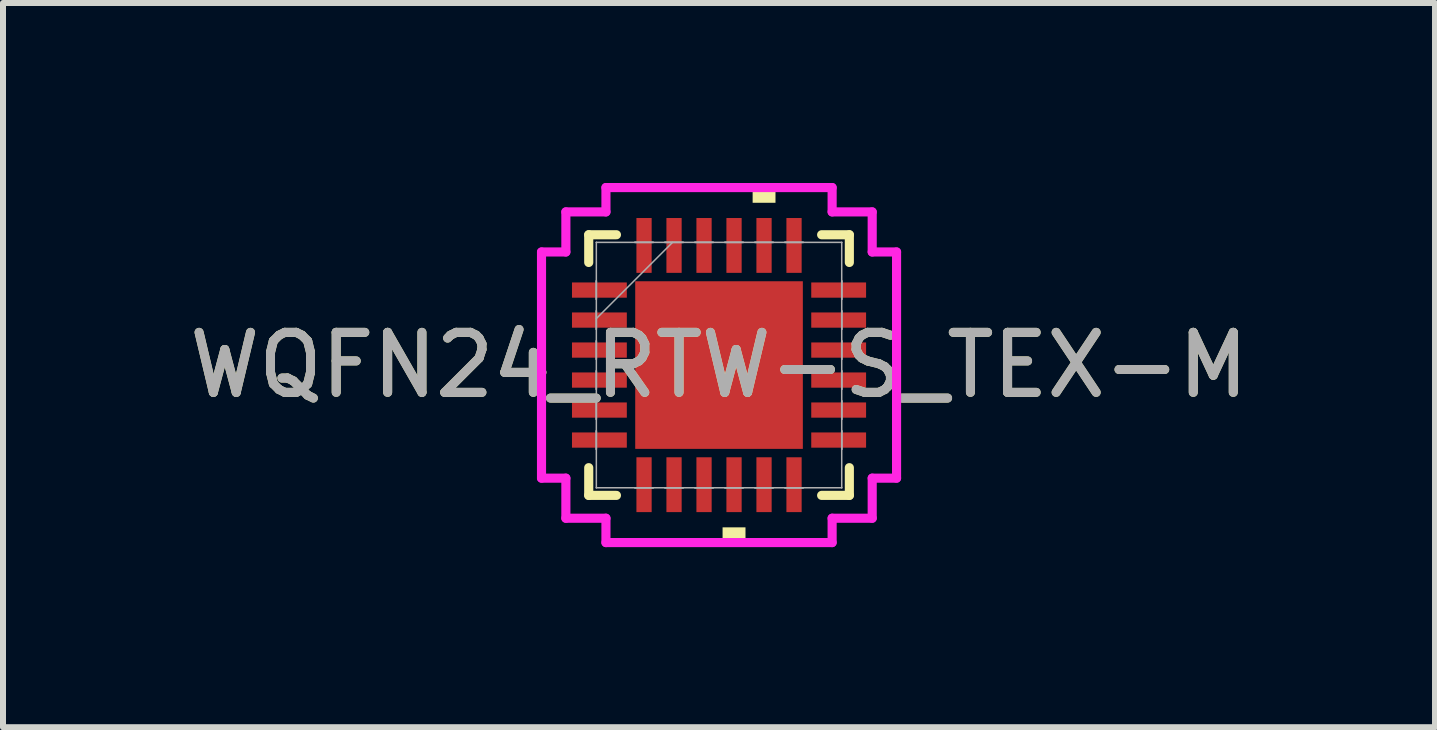
<source format=kicad_pcb>
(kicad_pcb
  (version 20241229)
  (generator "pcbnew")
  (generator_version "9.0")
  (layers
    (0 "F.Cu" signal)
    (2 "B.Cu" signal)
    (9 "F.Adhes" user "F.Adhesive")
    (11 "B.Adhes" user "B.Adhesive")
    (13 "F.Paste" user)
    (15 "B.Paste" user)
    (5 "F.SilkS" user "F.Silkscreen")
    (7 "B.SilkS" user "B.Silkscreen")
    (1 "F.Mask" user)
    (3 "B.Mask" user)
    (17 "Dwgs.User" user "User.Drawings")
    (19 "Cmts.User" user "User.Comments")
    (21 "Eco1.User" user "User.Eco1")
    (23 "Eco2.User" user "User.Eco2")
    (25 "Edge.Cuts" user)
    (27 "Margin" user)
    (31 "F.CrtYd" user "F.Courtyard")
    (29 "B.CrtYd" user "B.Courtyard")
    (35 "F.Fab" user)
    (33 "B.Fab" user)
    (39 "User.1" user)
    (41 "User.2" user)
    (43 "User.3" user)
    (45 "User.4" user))
  (footprint "WQFN24_RTW-S_TEX-M"
    (layer "F.Cu")
    (at 8.935 3.035)
    (property "Reference" "WQFN24_RTW-S_TEX-M" (at 0 0 0) (unlocked yes) (layer "F.SilkS") (effects (font (size 1 1) (thickness 0.15))))
    (attr smd)
    (fp_line (start -2.172 -2.172) (end -2.172 -1.71) (stroke (width 0.152) (type solid)) (layer "F.SilkS"))
    (fp_line (start -2.172 1.71) (end -2.172 2.172) (stroke (width 0.152) (type solid)) (layer "F.SilkS"))
    (fp_line (start -2.172 2.172) (end -1.71 2.172) (stroke (width 0.152) (type solid)) (layer "F.SilkS"))
    (fp_line (start -1.71 -2.172) (end -2.172 -2.172) (stroke (width 0.152) (type solid)) (layer "F.SilkS"))
    (fp_line (start 1.71 2.172) (end 2.172 2.172) (stroke (width 0.152) (type solid)) (layer "F.SilkS"))
    (fp_line (start 2.172 -2.172) (end 1.71 -2.172) (stroke (width 0.152) (type solid)) (layer "F.SilkS"))
    (fp_line (start 2.172 -1.71) (end 2.172 -2.172) (stroke (width 0.152) (type solid)) (layer "F.SilkS"))
    (fp_line (start 2.172 2.172) (end 2.172 1.71) (stroke (width 0.152) (type solid)) (layer "F.SilkS"))
    (fp_poly (pts (xy 0.059 2.705) (xy 0.059 2.959) (xy 0.441 2.959) (xy 0.441 2.705)) (stroke (width 0) (type solid)) (fill yes) (layer "F.SilkS"))
    (fp_poly (pts (xy 0.56 -2.705) (xy 0.56 -2.959) (xy 0.941 -2.959) (xy 0.941 -2.705)) (stroke (width 0) (type solid)) (fill yes) (layer "F.SilkS"))
    (fp_poly (pts (xy -1.297 -1.297) (xy -1.297 -0.1) (xy -0.1 -0.1) (xy -0.1 -1.297)) (stroke (width 0) (type solid)) (fill yes) (layer "F.Paste"))
    (fp_poly (pts (xy -1.297 0.1) (xy -1.297 1.297) (xy -0.1 1.297) (xy -0.1 0.1)) (stroke (width 0) (type solid)) (fill yes) (layer "F.Paste"))
    (fp_poly (pts (xy 0.1 -1.297) (xy 0.1 -0.1) (xy 1.297 -0.1) (xy 1.297 -1.297)) (stroke (width 0) (type solid)) (fill yes) (layer "F.Paste"))
    (fp_poly (pts (xy 0.1 0.1) (xy 0.1 1.297) (xy 1.297 1.297) (xy 1.297 0.1)) (stroke (width 0) (type solid)) (fill yes) (layer "F.Paste"))
    (fp_line (start -2.959 -1.885) (end -2.553 -1.885) (stroke (width 0.152) (type solid)) (layer "F.CrtYd"))
    (fp_line (start -2.959 1.885) (end -2.959 -1.885) (stroke (width 0.152) (type solid)) (layer "F.CrtYd"))
    (fp_line (start -2.553 -2.553) (end -1.885 -2.553) (stroke (width 0.152) (type solid)) (layer "F.CrtYd"))
    (fp_line (start -2.553 -1.885) (end -2.553 -2.553) (stroke (width 0.152) (type solid)) (layer "F.CrtYd"))
    (fp_line (start -2.553 1.885) (end -2.959 1.885) (stroke (width 0.152) (type solid)) (layer "F.CrtYd"))
    (fp_line (start -2.553 2.553) (end -2.553 1.885) (stroke (width 0.152) (type solid)) (layer "F.CrtYd"))
    (fp_line (start -1.885 -2.959) (end 1.885 -2.959) (stroke (width 0.152) (type solid)) (layer "F.CrtYd"))
    (fp_line (start -1.885 -2.553) (end -1.885 -2.959) (stroke (width 0.152) (type solid)) (layer "F.CrtYd"))
    (fp_line (start -1.885 2.553) (end -2.553 2.553) (stroke (width 0.152) (type solid)) (layer "F.CrtYd"))
    (fp_line (start -1.885 2.959) (end -1.885 2.553) (stroke (width 0.152) (type solid)) (layer "F.CrtYd"))
    (fp_line (start 1.885 -2.959) (end 1.885 -2.553) (stroke (width 0.152) (type solid)) (layer "F.CrtYd"))
    (fp_line (start 1.885 -2.553) (end 2.553 -2.553) (stroke (width 0.152) (type solid)) (layer "F.CrtYd"))
    (fp_line (start 1.885 2.553) (end 1.885 2.959) (stroke (width 0.152) (type solid)) (layer "F.CrtYd"))
    (fp_line (start 1.885 2.959) (end -1.885 2.959) (stroke (width 0.152) (type solid)) (layer "F.CrtYd"))
    (fp_line (start 2.553 -2.553) (end 2.553 -1.885) (stroke (width 0.152) (type solid)) (layer "F.CrtYd"))
    (fp_line (start 2.553 -1.885) (end 2.959 -1.885) (stroke (width 0.152) (type solid)) (layer "F.CrtYd"))
    (fp_line (start 2.553 1.885) (end 2.553 2.553) (stroke (width 0.152) (type solid)) (layer "F.CrtYd"))
    (fp_line (start 2.553 2.553) (end 1.885 2.553) (stroke (width 0.152) (type solid)) (layer "F.CrtYd"))
    (fp_line (start 2.959 -1.885) (end 2.959 1.885) (stroke (width 0.152) (type solid)) (layer "F.CrtYd"))
    (fp_line (start 2.959 1.885) (end 2.553 1.885) (stroke (width 0.152) (type solid)) (layer "F.CrtYd"))
    (fp_line (start -2.045 -2.045) (end -2.045 -2.045) (stroke (width 0.025) (type solid)) (layer "F.Fab"))
    (fp_line (start -2.045 -2.045) (end -2.045 2.045) (stroke (width 0.025) (type solid)) (layer "F.Fab"))
    (fp_line (start -2.045 -1.402) (end -2.045 -1.402) (stroke (width 0.025) (type solid)) (layer "F.Fab"))
    (fp_line (start -2.045 -1.402) (end -2.045 -1.098) (stroke (width 0.025) (type solid)) (layer "F.Fab"))
    (fp_line (start -2.045 -1.098) (end -2.045 -1.402) (stroke (width 0.025) (type solid)) (layer "F.Fab"))
    (fp_line (start -2.045 -1.098) (end -2.045 -1.098) (stroke (width 0.025) (type solid)) (layer "F.Fab"))
    (fp_line (start -2.045 -0.902) (end -2.045 -0.902) (stroke (width 0.025) (type solid)) (layer "F.Fab"))
    (fp_line (start -2.045 -0.902) (end -2.045 -0.598) (stroke (width 0.025) (type solid)) (layer "F.Fab"))
    (fp_line (start -2.045 -0.775) (end -0.775 -2.045) (stroke (width 0.025) (type solid)) (layer "F.Fab"))
    (fp_line (start -2.045 -0.598) (end -2.045 -0.902) (stroke (width 0.025) (type solid)) (layer "F.Fab"))
    (fp_line (start -2.045 -0.598) (end -2.045 -0.598) (stroke (width 0.025) (type solid)) (layer "F.Fab"))
    (fp_line (start -2.045 -0.402) (end -2.045 -0.402) (stroke (width 0.025) (type solid)) (layer "F.Fab"))
    (fp_line (start -2.045 -0.402) (end -2.045 -0.098) (stroke (width 0.025) (type solid)) (layer "F.Fab"))
    (fp_line (start -2.045 -0.098) (end -2.045 -0.402) (stroke (width 0.025) (type solid)) (layer "F.Fab"))
    (fp_line (start -2.045 -0.098) (end -2.045 -0.098) (stroke (width 0.025) (type solid)) (layer "F.Fab"))
    (fp_line (start -2.045 0.098) (end -2.045 0.098) (stroke (width 0.025) (type solid)) (layer "F.Fab"))
    (fp_line (start -2.045 0.098) (end -2.045 0.402) (stroke (width 0.025) (type solid)) (layer "F.Fab"))
    (fp_line (start -2.045 0.402) (end -2.045 0.098) (stroke (width 0.025) (type solid)) (layer "F.Fab"))
    (fp_line (start -2.045 0.402) (end -2.045 0.402) (stroke (width 0.025) (type solid)) (layer "F.Fab"))
    (fp_line (start -2.045 0.598) (end -2.045 0.598) (stroke (width 0.025) (type solid)) (layer "F.Fab"))
    (fp_line (start -2.045 0.598) (end -2.045 0.902) (stroke (width 0.025) (type solid)) (layer "F.Fab"))
    (fp_line (start -2.045 0.902) (end -2.045 0.598) (stroke (width 0.025) (type solid)) (layer "F.Fab"))
    (fp_line (start -2.045 0.902) (end -2.045 0.902) (stroke (width 0.025) (type solid)) (layer "F.Fab"))
    (fp_line (start -2.045 1.098) (end -2.045 1.098) (stroke (width 0.025) (type solid)) (layer "F.Fab"))
    (fp_line (start -2.045 1.098) (end -2.045 1.402) (stroke (width 0.025) (type solid)) (layer "F.Fab"))
    (fp_line (start -2.045 1.402) (end -2.045 1.098) (stroke (width 0.025) (type solid)) (layer "F.Fab"))
    (fp_line (start -2.045 1.402) (end -2.045 1.402) (stroke (width 0.025) (type solid)) (layer "F.Fab"))
    (fp_line (start -2.045 2.045) (end -2.045 2.045) (stroke (width 0.025) (type solid)) (layer "F.Fab"))
    (fp_line (start -2.045 2.045) (end 2.045 2.045) (stroke (width 0.025) (type solid)) (layer "F.Fab"))
    (fp_line (start -1.402 -2.045) (end -1.402 -2.045) (stroke (width 0.025) (type solid)) (layer "F.Fab"))
    (fp_line (start -1.402 -2.045) (end -1.098 -2.045) (stroke (width 0.025) (type solid)) (layer "F.Fab"))
    (fp_line (start -1.402 2.045) (end -1.402 2.045) (stroke (width 0.025) (type solid)) (layer "F.Fab"))
    (fp_line (start -1.402 2.045) (end -1.098 2.045) (stroke (width 0.025) (type solid)) (layer "F.Fab"))
    (fp_line (start -1.098 -2.045) (end -1.402 -2.045) (stroke (width 0.025) (type solid)) (layer "F.Fab"))
    (fp_line (start -1.098 -2.045) (end -1.098 -2.045) (stroke (width 0.025) (type solid)) (layer "F.Fab"))
    (fp_line (start -1.098 2.045) (end -1.402 2.045) (stroke (width 0.025) (type solid)) (layer "F.Fab"))
    (fp_line (start -1.098 2.045) (end -1.098 2.045) (stroke (width 0.025) (type solid)) (layer "F.Fab"))
    (fp_line (start -0.902 -2.045) (end -0.902 -2.045) (stroke (width 0.025) (type solid)) (layer "F.Fab"))
    (fp_line (start -0.902 -2.045) (end -0.598 -2.045) (stroke (width 0.025) (type solid)) (layer "F.Fab"))
    (fp_line (start -0.902 2.045) (end -0.902 2.045) (stroke (width 0.025) (type solid)) (layer "F.Fab"))
    (fp_line (start -0.902 2.045) (end -0.598 2.045) (stroke (width 0.025) (type solid)) (layer "F.Fab"))
    (fp_line (start -0.598 -2.045) (end -0.902 -2.045) (stroke (width 0.025) (type solid)) (layer "F.Fab"))
    (fp_line (start -0.598 -2.045) (end -0.598 -2.045) (stroke (width 0.025) (type solid)) (layer "F.Fab"))
    (fp_line (start -0.598 2.045) (end -0.902 2.045) (stroke (width 0.025) (type solid)) (layer "F.Fab"))
    (fp_line (start -0.598 2.045) (end -0.598 2.045) (stroke (width 0.025) (type solid)) (layer "F.Fab"))
    (fp_line (start -0.402 -2.045) (end -0.402 -2.045) (stroke (width 0.025) (type solid)) (layer "F.Fab"))
    (fp_line (start -0.402 -2.045) (end -0.098 -2.045) (stroke (width 0.025) (type solid)) (layer "F.Fab"))
    (fp_line (start -0.402 2.045) (end -0.402 2.045) (stroke (width 0.025) (type solid)) (layer "F.Fab"))
    (fp_line (start -0.402 2.045) (end -0.098 2.045) (stroke (width 0.025) (type solid)) (layer "F.Fab"))
    (fp_line (start -0.098 -2.045) (end -0.402 -2.045) (stroke (width 0.025) (type solid)) (layer "F.Fab"))
    (fp_line (start -0.098 -2.045) (end -0.098 -2.045) (stroke (width 0.025) (type solid)) (layer "F.Fab"))
    (fp_line (start -0.098 2.045) (end -0.402 2.045) (stroke (width 0.025) (type solid)) (layer "F.Fab"))
    (fp_line (start -0.098 2.045) (end -0.098 2.045) (stroke (width 0.025) (type solid)) (layer "F.Fab"))
    (fp_line (start 0.098 -2.045) (end 0.098 -2.045) (stroke (width 0.025) (type solid)) (layer "F.Fab"))
    (fp_line (start 0.098 -2.045) (end 0.402 -2.045) (stroke (width 0.025) (type solid)) (layer "F.Fab"))
    (fp_line (start 0.098 2.045) (end 0.098 2.045) (stroke (width 0.025) (type solid)) (layer "F.Fab"))
    (fp_line (start 0.098 2.045) (end 0.402 2.045) (stroke (width 0.025) (type solid)) (layer "F.Fab"))
    (fp_line (start 0.402 -2.045) (end 0.098 -2.045) (stroke (width 0.025) (type solid)) (layer "F.Fab"))
    (fp_line (start 0.402 -2.045) (end 0.402 -2.045) (stroke (width 0.025) (type solid)) (layer "F.Fab"))
    (fp_line (start 0.402 2.045) (end 0.098 2.045) (stroke (width 0.025) (type solid)) (layer "F.Fab"))
    (fp_line (start 0.402 2.045) (end 0.402 2.045) (stroke (width 0.025) (type solid)) (layer "F.Fab"))
    (fp_line (start 0.598 -2.045) (end 0.598 -2.045) (stroke (width 0.025) (type solid)) (layer "F.Fab"))
    (fp_line (start 0.598 -2.045) (end 0.902 -2.045) (stroke (width 0.025) (type solid)) (layer "F.Fab"))
    (fp_line (start 0.598 2.045) (end 0.598 2.045) (stroke (width 0.025) (type solid)) (layer "F.Fab"))
    (fp_line (start 0.598 2.045) (end 0.902 2.045) (stroke (width 0.025) (type solid)) (layer "F.Fab"))
    (fp_line (start 0.902 -2.045) (end 0.598 -2.045) (stroke (width 0.025) (type solid)) (layer "F.Fab"))
    (fp_line (start 0.902 -2.045) (end 0.902 -2.045) (stroke (width 0.025) (type solid)) (layer "F.Fab"))
    (fp_line (start 0.902 2.045) (end 0.598 2.045) (stroke (width 0.025) (type solid)) (layer "F.Fab"))
    (fp_line (start 0.902 2.045) (end 0.902 2.045) (stroke (width 0.025) (type solid)) (layer "F.Fab"))
    (fp_line (start 1.098 -2.045) (end 1.098 -2.045) (stroke (width 0.025) (type solid)) (layer "F.Fab"))
    (fp_line (start 1.098 -2.045) (end 1.402 -2.045) (stroke (width 0.025) (type solid)) (layer "F.Fab"))
    (fp_line (start 1.098 2.045) (end 1.098 2.045) (stroke (width 0.025) (type solid)) (layer "F.Fab"))
    (fp_line (start 1.098 2.045) (end 1.402 2.045) (stroke (width 0.025) (type solid)) (layer "F.Fab"))
    (fp_line (start 1.402 -2.045) (end 1.098 -2.045) (stroke (width 0.025) (type solid)) (layer "F.Fab"))
    (fp_line (start 1.402 -2.045) (end 1.402 -2.045) (stroke (width 0.025) (type solid)) (layer "F.Fab"))
    (fp_line (start 1.402 2.045) (end 1.098 2.045) (stroke (width 0.025) (type solid)) (layer "F.Fab"))
    (fp_line (start 1.402 2.045) (end 1.402 2.045) (stroke (width 0.025) (type solid)) (layer "F.Fab"))
    (fp_line (start 2.045 -2.045) (end -2.045 -2.045) (stroke (width 0.025) (type solid)) (layer "F.Fab"))
    (fp_line (start 2.045 -2.045) (end 2.045 -2.045) (stroke (width 0.025) (type solid)) (layer "F.Fab"))
    (fp_line (start 2.045 -1.402) (end 2.045 -1.402) (stroke (width 0.025) (type solid)) (layer "F.Fab"))
    (fp_line (start 2.045 -1.402) (end 2.045 -1.098) (stroke (width 0.025) (type solid)) (layer "F.Fab"))
    (fp_line (start 2.045 -1.098) (end 2.045 -1.402) (stroke (width 0.025) (type solid)) (layer "F.Fab"))
    (fp_line (start 2.045 -1.098) (end 2.045 -1.098) (stroke (width 0.025) (type solid)) (layer "F.Fab"))
    (fp_line (start 2.045 -0.902) (end 2.045 -0.902) (stroke (width 0.025) (type solid)) (layer "F.Fab"))
    (fp_line (start 2.045 -0.902) (end 2.045 -0.598) (stroke (width 0.025) (type solid)) (layer "F.Fab"))
    (fp_line (start 2.045 -0.598) (end 2.045 -0.902) (stroke (width 0.025) (type solid)) (layer "F.Fab"))
    (fp_line (start 2.045 -0.598) (end 2.045 -0.598) (stroke (width 0.025) (type solid)) (layer "F.Fab"))
    (fp_line (start 2.045 -0.402) (end 2.045 -0.402) (stroke (width 0.025) (type solid)) (layer "F.Fab"))
    (fp_line (start 2.045 -0.402) (end 2.045 -0.098) (stroke (width 0.025) (type solid)) (layer "F.Fab"))
    (fp_line (start 2.045 -0.098) (end 2.045 -0.402) (stroke (width 0.025) (type solid)) (layer "F.Fab"))
    (fp_line (start 2.045 -0.098) (end 2.045 -0.098) (stroke (width 0.025) (type solid)) (layer "F.Fab"))
    (fp_line (start 2.045 0.098) (end 2.045 0.098) (stroke (width 0.025) (type solid)) (layer "F.Fab"))
    (fp_line (start 2.045 0.098) (end 2.045 0.402) (stroke (width 0.025) (type solid)) (layer "F.Fab"))
    (fp_line (start 2.045 0.402) (end 2.045 0.098) (stroke (width 0.025) (type solid)) (layer "F.Fab"))
    (fp_line (start 2.045 0.402) (end 2.045 0.402) (stroke (width 0.025) (type solid)) (layer "F.Fab"))
    (fp_line (start 2.045 0.598) (end 2.045 0.598) (stroke (width 0.025) (type solid)) (layer "F.Fab"))
    (fp_line (start 2.045 0.598) (end 2.045 0.902) (stroke (width 0.025) (type solid)) (layer "F.Fab"))
    (fp_line (start 2.045 0.902) (end 2.045 0.598) (stroke (width 0.025) (type solid)) (layer "F.Fab"))
    (fp_line (start 2.045 0.902) (end 2.045 0.902) (stroke (width 0.025) (type solid)) (layer "F.Fab"))
    (fp_line (start 2.045 1.098) (end 2.045 1.098) (stroke (width 0.025) (type solid)) (layer "F.Fab"))
    (fp_line (start 2.045 1.098) (end 2.045 1.402) (stroke (width 0.025) (type solid)) (layer "F.Fab"))
    (fp_line (start 2.045 1.402) (end 2.045 1.098) (stroke (width 0.025) (type solid)) (layer "F.Fab"))
    (fp_line (start 2.045 1.402) (end 2.045 1.402) (stroke (width 0.025) (type solid)) (layer "F.Fab"))
    (fp_line (start 2.045 2.045) (end 2.045 -2.045) (stroke (width 0.025) (type solid)) (layer "F.Fab"))
    (fp_line (start 2.045 2.045) (end 2.045 2.045) (stroke (width 0.025) (type solid)) (layer "F.Fab"))
    (fp_text user "${REFERENCE}" (at 0 0 0) (unlocked yes) (layer "F.Fab") (effects (font (size 1 1) (thickness 0.15))))
    (pad "1" smd rect (at -1.994 -1.25 90) (size 0.254 0.914) (layers "F.Cu" "F.Mask" "F.Paste"))
    (pad "2" smd rect (at -1.994 -0.75 90) (size 0.254 0.914) (layers "F.Cu" "F.Mask" "F.Paste"))
    (pad "3" smd rect (at -1.994 -0.25 90) (size 0.254 0.914) (layers "F.Cu" "F.Mask" "F.Paste"))
    (pad "4" smd rect (at -1.994 0.25 90) (size 0.254 0.914) (layers "F.Cu" "F.Mask" "F.Paste"))
    (pad "5" smd rect (at -1.994 0.75 90) (size 0.254 0.914) (layers "F.Cu" "F.Mask" "F.Paste"))
    (pad "6" smd rect (at -1.994 1.25 90) (size 0.254 0.914) (layers "F.Cu" "F.Mask" "F.Paste"))
    (pad "7" smd rect (at -1.25 1.994) (size 0.254 0.914) (layers "F.Cu" "F.Mask" "F.Paste"))
    (pad "8" smd rect (at -0.75 1.994) (size 0.254 0.914) (layers "F.Cu" "F.Mask" "F.Paste"))
    (pad "9" smd rect (at -0.25 1.994) (size 0.254 0.914) (layers "F.Cu" "F.Mask" "F.Paste"))
    (pad "10" smd rect (at 0.25 1.994) (size 0.254 0.914) (layers "F.Cu" "F.Mask" "F.Paste"))
    (pad "11" smd rect (at 0.75 1.994) (size 0.254 0.914) (layers "F.Cu" "F.Mask" "F.Paste"))
    (pad "12" smd rect (at 1.25 1.994) (size 0.254 0.914) (layers "F.Cu" "F.Mask" "F.Paste"))
    (pad "13" smd rect (at 1.994 1.25 90) (size 0.254 0.914) (layers "F.Cu" "F.Mask" "F.Paste"))
    (pad "14" smd rect (at 1.994 0.75 90) (size 0.254 0.914) (layers "F.Cu" "F.Mask" "F.Paste"))
    (pad "15" smd rect (at 1.994 0.25 90) (size 0.254 0.914) (layers "F.Cu" "F.Mask" "F.Paste"))
    (pad "16" smd rect (at 1.994 -0.25 90) (size 0.254 0.914) (layers "F.Cu" "F.Mask" "F.Paste"))
    (pad "17" smd rect (at 1.994 -0.75 90) (size 0.254 0.914) (layers "F.Cu" "F.Mask" "F.Paste"))
    (pad "18" smd rect (at 1.994 -1.25 90) (size 0.254 0.914) (layers "F.Cu" "F.Mask" "F.Paste"))
    (pad "19" smd rect (at 1.25 -1.994) (size 0.254 0.914) (layers "F.Cu" "F.Mask" "F.Paste"))
    (pad "20" smd rect (at 0.75 -1.994) (size 0.254 0.914) (layers "F.Cu" "F.Mask" "F.Paste"))
    (pad "21" smd rect (at 0.25 -1.994) (size 0.254 0.914) (layers "F.Cu" "F.Mask" "F.Paste"))
    (pad "22" smd rect (at -0.25 -1.994) (size 0.254 0.914) (layers "F.Cu" "F.Mask" "F.Paste"))
    (pad "23" smd rect (at -0.75 -1.994) (size 0.254 0.914) (layers "F.Cu" "F.Mask" "F.Paste"))
    (pad "24" smd rect (at -1.25 -1.994) (size 0.254 0.914) (layers "F.Cu" "F.Mask" "F.Paste"))
    (pad "25" smd rect (at 0 0) (size 2.794 2.794) (layers "F.Cu" "F.Mask" "F.Paste")))
  (gr_rect
    (start -3 -3)
    (end 20.869 9.071)
    (stroke (width 0.1) (type default))
    (fill no)
    (layer "Edge.Cuts")))
</source>
